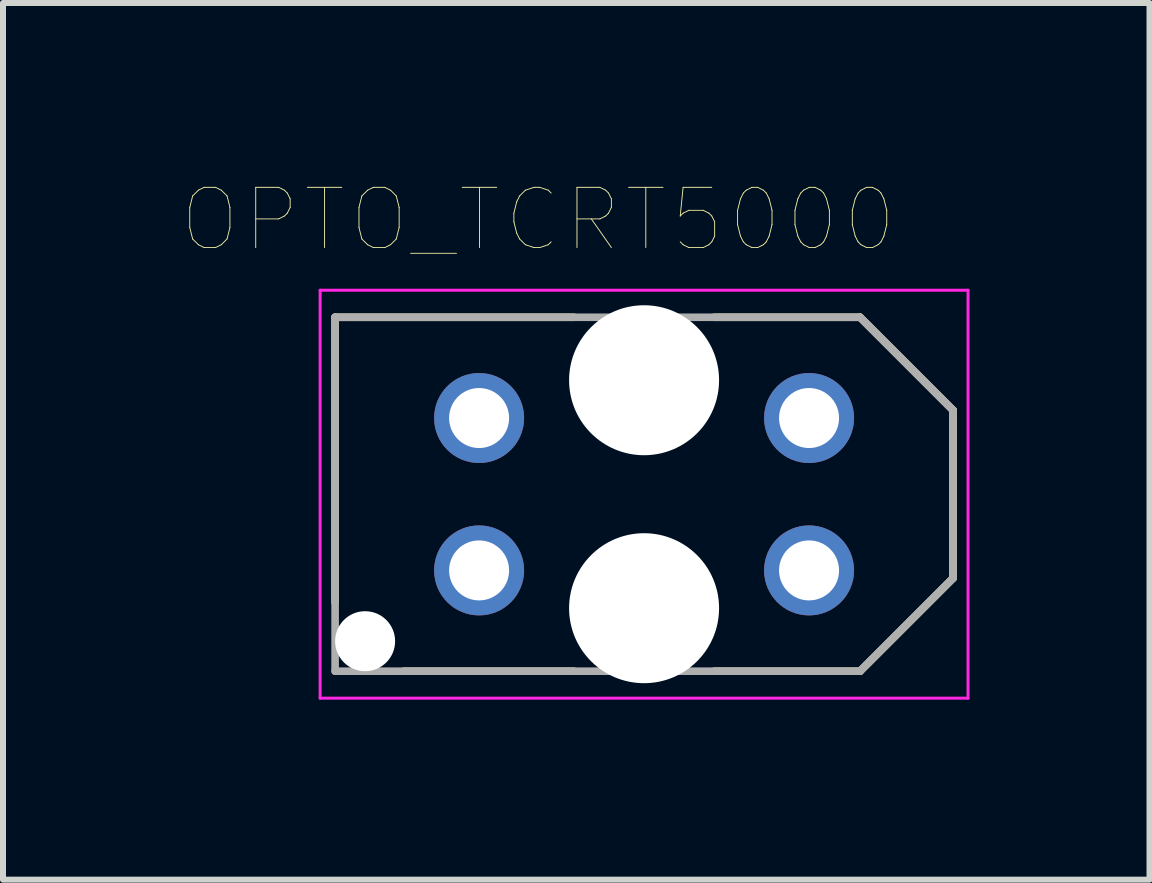
<source format=kicad_pcb>
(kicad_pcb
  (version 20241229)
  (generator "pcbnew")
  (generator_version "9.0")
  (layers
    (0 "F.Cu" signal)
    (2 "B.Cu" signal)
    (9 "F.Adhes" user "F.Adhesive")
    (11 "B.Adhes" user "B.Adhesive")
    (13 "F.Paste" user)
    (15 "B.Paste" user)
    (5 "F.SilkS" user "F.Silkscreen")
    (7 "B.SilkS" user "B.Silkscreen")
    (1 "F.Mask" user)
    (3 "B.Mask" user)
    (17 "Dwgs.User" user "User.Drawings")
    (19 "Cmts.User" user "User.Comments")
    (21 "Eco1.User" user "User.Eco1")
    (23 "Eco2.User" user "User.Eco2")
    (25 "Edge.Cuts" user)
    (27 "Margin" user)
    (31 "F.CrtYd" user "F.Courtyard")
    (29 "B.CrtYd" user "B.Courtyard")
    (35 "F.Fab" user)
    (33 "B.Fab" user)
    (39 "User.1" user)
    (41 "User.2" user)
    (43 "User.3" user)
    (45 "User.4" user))
  (footprint "OPTO_TCRT5000"
    (layer "F.Cu")
    (at 7.686 5.188)
    (property "Reference" "OPTO_TCRT5000" (at -1.764 -4.575 0) (layer "F.SilkS") (effects (font (size 1.004 1.004) (thickness 0.015))))
    (attr through_hole)
    (fp_line (start -5.15 -2.95) (end -1.17 -2.95) (stroke (width 0.127) (type solid)) (layer "F.SilkS"))
    (fp_line (start -5.15 1.8) (end -5.15 -2.95) (stroke (width 0.127) (type solid)) (layer "F.SilkS"))
    (fp_line (start -4 2.95) (end -1.17 2.95) (stroke (width 0.127) (type solid)) (layer "F.SilkS"))
    (fp_line (start 1.17 2.95) (end 3.6 2.95) (stroke (width 0.127) (type solid)) (layer "F.SilkS"))
    (fp_line (start 3.6 -2.95) (end 1.17 -2.95) (stroke (width 0.127) (type solid)) (layer "F.SilkS"))
    (fp_line (start 3.6 -2.95) (end 5.15 -1.4) (stroke (width 0.127) (type solid)) (layer "F.SilkS"))
    (fp_line (start 3.6 2.95) (end 5.15 1.4) (stroke (width 0.127) (type solid)) (layer "F.SilkS"))
    (fp_line (start 5.15 1.4) (end 5.15 -1.4) (stroke (width 0.127) (type solid)) (layer "F.SilkS"))
    (fp_line (start -5.4 -3.4) (end -5.4 3.4) (stroke (width 0.05) (type solid)) (layer "F.CrtYd"))
    (fp_line (start -5.4 3.4) (end 5.4 3.4) (stroke (width 0.05) (type solid)) (layer "F.CrtYd"))
    (fp_line (start 5.4 -3.4) (end -5.4 -3.4) (stroke (width 0.05) (type solid)) (layer "F.CrtYd"))
    (fp_line (start 5.4 3.4) (end 5.4 -3.4) (stroke (width 0.05) (type solid)) (layer "F.CrtYd"))
    (fp_line (start -5.15 -2.95) (end -5.15 2.95) (stroke (width 0.127) (type solid)) (layer "F.Fab"))
    (fp_line (start -5.15 2.95) (end 3.6 2.95) (stroke (width 0.127) (type solid)) (layer "F.Fab"))
    (fp_line (start 3.6 -2.95) (end -5.15 -2.95) (stroke (width 0.127) (type solid)) (layer "F.Fab"))
    (fp_line (start 3.6 -2.95) (end 5.15 -1.4) (stroke (width 0.127) (type solid)) (layer "F.Fab"))
    (fp_line (start 3.6 2.95) (end 5.15 1.4) (stroke (width 0.127) (type solid)) (layer "F.Fab"))
    (fp_line (start 5.15 1.4) (end 5.15 -1.4) (stroke (width 0.127) (type solid)) (layer "F.Fab"))
    (pad "" np_thru_hole circle (at -4.65 2.45) (size 1 1) (drill 1) (layers "*.Cu" "*.Mask"))
    (pad "" np_thru_hole circle (at 0 -1.9) (size 2.5 2.5) (drill 2.5) (layers "*.Cu" "*.Mask"))
    (pad "" np_thru_hole circle (at 0 1.9) (size 2.5 2.5) (drill 2.5) (layers "*.Cu" "*.Mask"))
    (pad "A" thru_hole circle (at 2.75 -1.27) (size 1.5 1.5) (drill 1) (layers "*.Cu" "*.Mask"))
    (pad "CATH" thru_hole circle (at 2.75 1.27) (size 1.5 1.5) (drill 1) (layers "*.Cu" "*.Mask"))
    (pad "COLL" thru_hole circle (at -2.75 -1.27) (size 1.5 1.5) (drill 1) (layers "*.Cu" "*.Mask"))
    (pad "E" thru_hole circle (at -2.75 1.27) (size 1.5 1.5) (drill 1) (layers "*.Cu" "*.Mask")))
  (gr_rect
    (start -3 -3)
    (end 16.111 11.613)
    (stroke (width 0.1) (type default))
    (fill no)
    (layer "Edge.Cuts")))
</source>
